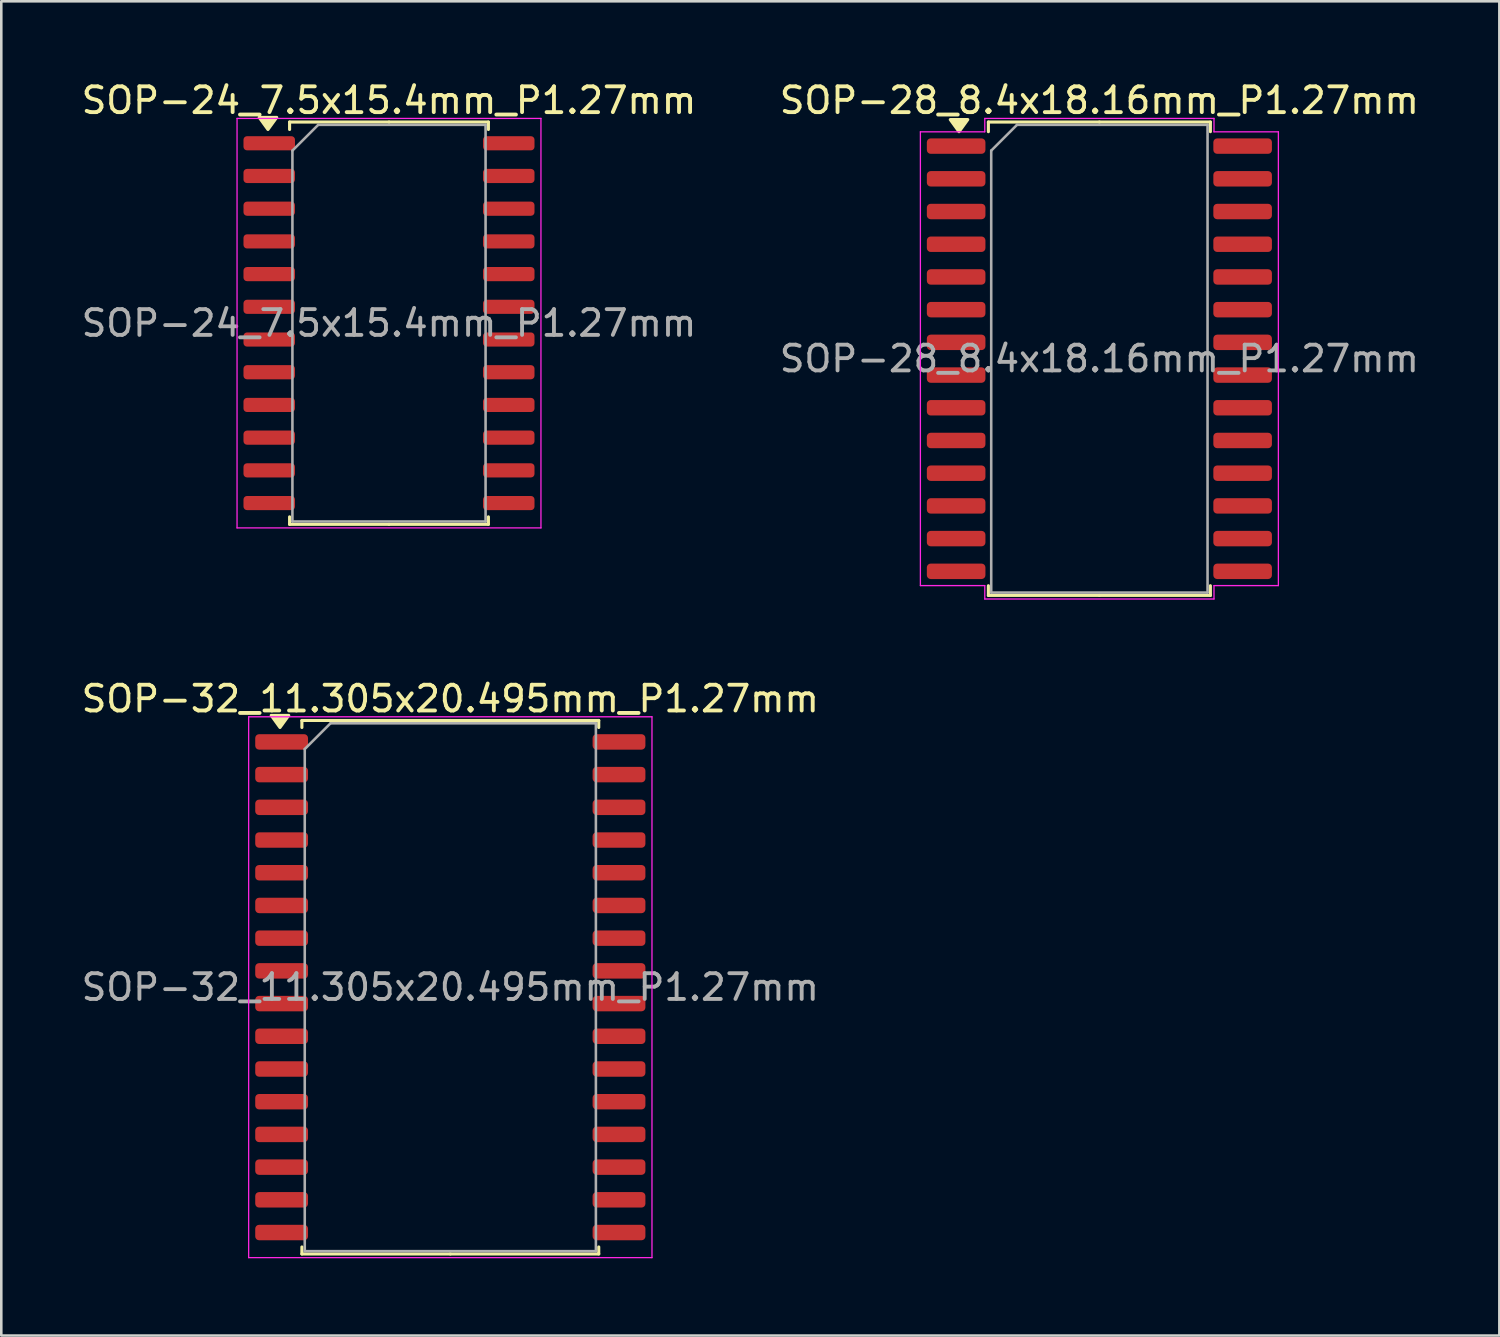
<source format=kicad_pcb>
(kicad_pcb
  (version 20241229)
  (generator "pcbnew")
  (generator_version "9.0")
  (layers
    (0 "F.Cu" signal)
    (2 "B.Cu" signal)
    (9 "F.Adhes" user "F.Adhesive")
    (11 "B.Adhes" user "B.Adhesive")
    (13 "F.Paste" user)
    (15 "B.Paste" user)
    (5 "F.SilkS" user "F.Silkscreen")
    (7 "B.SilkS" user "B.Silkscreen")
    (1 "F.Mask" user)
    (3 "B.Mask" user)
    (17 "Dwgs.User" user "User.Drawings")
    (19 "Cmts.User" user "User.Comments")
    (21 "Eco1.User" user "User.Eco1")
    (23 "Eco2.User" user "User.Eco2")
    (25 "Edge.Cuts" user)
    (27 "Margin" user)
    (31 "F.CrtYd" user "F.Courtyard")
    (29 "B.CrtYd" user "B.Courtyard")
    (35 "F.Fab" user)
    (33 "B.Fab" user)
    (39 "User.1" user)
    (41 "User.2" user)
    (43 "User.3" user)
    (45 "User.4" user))
  (footprint "SOP-24_7.5x15.4mm_P1.27mm"
    (layer "F.Cu")
    (at 12.054 9.498)
    (property "Reference" "SOP-24_7.5x15.4mm_P1.27mm" (at 0 -8.65 0) (layer "F.SilkS") (effects (font (size 1 1) (thickness 0.15))))
    (attr smd)
    (fp_line (start -3.86 -7.81) (end -3.86 -7.52) (stroke (width 0.12) (type solid)) (layer "F.SilkS"))
    (fp_line (start -3.86 7.81) (end -3.86 7.52) (stroke (width 0.12) (type solid)) (layer "F.SilkS"))
    (fp_line (start 0 -7.81) (end -3.86 -7.81) (stroke (width 0.12) (type solid)) (layer "F.SilkS"))
    (fp_line (start 0 -7.81) (end 3.86 -7.81) (stroke (width 0.12) (type solid)) (layer "F.SilkS"))
    (fp_line (start 0 7.81) (end -3.86 7.81) (stroke (width 0.12) (type solid)) (layer "F.SilkS"))
    (fp_line (start 0 7.81) (end 3.86 7.81) (stroke (width 0.12) (type solid)) (layer "F.SilkS"))
    (fp_line (start 3.86 -7.81) (end 3.86 -7.52) (stroke (width 0.12) (type solid)) (layer "F.SilkS"))
    (fp_line (start 3.86 7.81) (end 3.86 7.52) (stroke (width 0.12) (type solid)) (layer "F.SilkS"))
    (fp_poly (pts (xy -4.7 -7.52) (xy -5.04 -7.99) (xy -4.36 -7.99) (xy -4.7 -7.52)) (stroke (width 0.12) (type solid)) (fill yes) (layer "F.SilkS"))
    (fp_line (start -5.9 -7.95) (end -5.9 7.95) (stroke (width 0.05) (type solid)) (layer "F.CrtYd"))
    (fp_line (start -5.9 7.95) (end 5.9 7.95) (stroke (width 0.05) (type solid)) (layer "F.CrtYd"))
    (fp_line (start 5.9 -7.95) (end -5.9 -7.95) (stroke (width 0.05) (type solid)) (layer "F.CrtYd"))
    (fp_line (start 5.9 7.95) (end 5.9 -7.95) (stroke (width 0.05) (type solid)) (layer "F.CrtYd"))
    (fp_line (start -3.75 -6.7) (end -2.75 -7.7) (stroke (width 0.1) (type solid)) (layer "F.Fab"))
    (fp_line (start -3.75 7.7) (end -3.75 -6.7) (stroke (width 0.1) (type solid)) (layer "F.Fab"))
    (fp_line (start -2.75 -7.7) (end 3.75 -7.7) (stroke (width 0.1) (type solid)) (layer "F.Fab"))
    (fp_line (start 3.75 -7.7) (end 3.75 7.7) (stroke (width 0.1) (type solid)) (layer "F.Fab"))
    (fp_line (start 3.75 7.7) (end -3.75 7.7) (stroke (width 0.1) (type solid)) (layer "F.Fab"))
    (fp_text user "${REFERENCE}" (at 0 0 0) (layer "F.Fab") (effects (font (size 1 1) (thickness 0.15))))
    (pad "1" smd roundrect (at -4.65 -6.985) (size 2 0.55) (layers "F.Cu" "F.Mask" "F.Paste") (roundrect_rratio 0.25))
    (pad "2" smd roundrect (at -4.65 -5.715) (size 2 0.55) (layers "F.Cu" "F.Mask" "F.Paste") (roundrect_rratio 0.25))
    (pad "3" smd roundrect (at -4.65 -4.445) (size 2 0.55) (layers "F.Cu" "F.Mask" "F.Paste") (roundrect_rratio 0.25))
    (pad "4" smd roundrect (at -4.65 -3.175) (size 2 0.55) (layers "F.Cu" "F.Mask" "F.Paste") (roundrect_rratio 0.25))
    (pad "5" smd roundrect (at -4.65 -1.905) (size 2 0.55) (layers "F.Cu" "F.Mask" "F.Paste") (roundrect_rratio 0.25))
    (pad "6" smd roundrect (at -4.65 -0.635) (size 2 0.55) (layers "F.Cu" "F.Mask" "F.Paste") (roundrect_rratio 0.25))
    (pad "7" smd roundrect (at -4.65 0.635) (size 2 0.55) (layers "F.Cu" "F.Mask" "F.Paste") (roundrect_rratio 0.25))
    (pad "8" smd roundrect (at -4.65 1.905) (size 2 0.55) (layers "F.Cu" "F.Mask" "F.Paste") (roundrect_rratio 0.25))
    (pad "9" smd roundrect (at -4.65 3.175) (size 2 0.55) (layers "F.Cu" "F.Mask" "F.Paste") (roundrect_rratio 0.25))
    (pad "10" smd roundrect (at -4.65 4.445) (size 2 0.55) (layers "F.Cu" "F.Mask" "F.Paste") (roundrect_rratio 0.25))
    (pad "11" smd roundrect (at -4.65 5.715) (size 2 0.55) (layers "F.Cu" "F.Mask" "F.Paste") (roundrect_rratio 0.25))
    (pad "12" smd roundrect (at -4.65 6.985) (size 2 0.55) (layers "F.Cu" "F.Mask" "F.Paste") (roundrect_rratio 0.25))
    (pad "13" smd roundrect (at 4.65 6.985) (size 2 0.55) (layers "F.Cu" "F.Mask" "F.Paste") (roundrect_rratio 0.25))
    (pad "14" smd roundrect (at 4.65 5.715) (size 2 0.55) (layers "F.Cu" "F.Mask" "F.Paste") (roundrect_rratio 0.25))
    (pad "15" smd roundrect (at 4.65 4.445) (size 2 0.55) (layers "F.Cu" "F.Mask" "F.Paste") (roundrect_rratio 0.25))
    (pad "16" smd roundrect (at 4.65 3.175) (size 2 0.55) (layers "F.Cu" "F.Mask" "F.Paste") (roundrect_rratio 0.25))
    (pad "17" smd roundrect (at 4.65 1.905) (size 2 0.55) (layers "F.Cu" "F.Mask" "F.Paste") (roundrect_rratio 0.25))
    (pad "18" smd roundrect (at 4.65 0.635) (size 2 0.55) (layers "F.Cu" "F.Mask" "F.Paste") (roundrect_rratio 0.25))
    (pad "19" smd roundrect (at 4.65 -0.635) (size 2 0.55) (layers "F.Cu" "F.Mask" "F.Paste") (roundrect_rratio 0.25))
    (pad "20" smd roundrect (at 4.65 -1.905) (size 2 0.55) (layers "F.Cu" "F.Mask" "F.Paste") (roundrect_rratio 0.25))
    (pad "21" smd roundrect (at 4.65 -3.175) (size 2 0.55) (layers "F.Cu" "F.Mask" "F.Paste") (roundrect_rratio 0.25))
    (pad "22" smd roundrect (at 4.65 -4.445) (size 2 0.55) (layers "F.Cu" "F.Mask" "F.Paste") (roundrect_rratio 0.25))
    (pad "23" smd roundrect (at 4.65 -5.715) (size 2 0.55) (layers "F.Cu" "F.Mask" "F.Paste") (roundrect_rratio 0.25))
    (pad "24" smd roundrect (at 4.65 -6.985) (size 2 0.55) (layers "F.Cu" "F.Mask" "F.Paste") (roundrect_rratio 0.25)))
  (footprint "SOP-32_11.305x20.495mm_P1.27mm"
    (layer "F.Cu")
    (at 14.435 35.282)
    (property "Reference" "SOP-32_11.305x20.495mm_P1.27mm" (at 0 -11.2 0) (layer "F.SilkS") (effects (font (size 1 1) (thickness 0.15))))
    (attr smd)
    (fp_line (start -5.763 -10.357) (end -5.763 -10.085) (stroke (width 0.12) (type solid)) (layer "F.SilkS"))
    (fp_line (start -5.763 10.357) (end -5.763 10.085) (stroke (width 0.12) (type solid)) (layer "F.SilkS"))
    (fp_line (start 0 -10.357) (end -5.763 -10.357) (stroke (width 0.12) (type solid)) (layer "F.SilkS"))
    (fp_line (start 0 -10.357) (end 5.763 -10.357) (stroke (width 0.12) (type solid)) (layer "F.SilkS"))
    (fp_line (start 0 10.357) (end -5.763 10.357) (stroke (width 0.12) (type solid)) (layer "F.SilkS"))
    (fp_line (start 0 10.357) (end 5.763 10.357) (stroke (width 0.12) (type solid)) (layer "F.SilkS"))
    (fp_line (start 5.763 -10.357) (end 5.763 -10.085) (stroke (width 0.12) (type solid)) (layer "F.SilkS"))
    (fp_line (start 5.763 10.357) (end 5.763 10.085) (stroke (width 0.12) (type solid)) (layer "F.SilkS"))
    (fp_poly (pts (xy -6.614 -10.085) (xy -6.954 -10.555) (xy -6.274 -10.555) (xy -6.614 -10.085)) (stroke (width 0.12) (type solid)) (fill yes) (layer "F.SilkS"))
    (fp_line (start -7.83 -10.5) (end -7.83 10.5) (stroke (width 0.05) (type solid)) (layer "F.CrtYd"))
    (fp_line (start -7.83 10.5) (end 7.83 10.5) (stroke (width 0.05) (type solid)) (layer "F.CrtYd"))
    (fp_line (start 7.83 -10.5) (end -7.83 -10.5) (stroke (width 0.05) (type solid)) (layer "F.CrtYd"))
    (fp_line (start 7.83 10.5) (end 7.83 -10.5) (stroke (width 0.05) (type solid)) (layer "F.CrtYd"))
    (fp_line (start -5.652 -9.248) (end -4.652 -10.248) (stroke (width 0.1) (type solid)) (layer "F.Fab"))
    (fp_line (start -5.652 10.248) (end -5.652 -9.248) (stroke (width 0.1) (type solid)) (layer "F.Fab"))
    (fp_line (start -4.652 -10.248) (end 5.652 -10.248) (stroke (width 0.1) (type solid)) (layer "F.Fab"))
    (fp_line (start 5.652 -10.248) (end 5.652 10.248) (stroke (width 0.1) (type solid)) (layer "F.Fab"))
    (fp_line (start 5.652 10.248) (end -5.652 10.248) (stroke (width 0.1) (type solid)) (layer "F.Fab"))
    (fp_text user "${REFERENCE}" (at 0 0 0) (layer "F.Fab") (effects (font (size 1 1) (thickness 0.15))))
    (pad "1" smd roundrect (at -6.55 -9.525) (size 2.05 0.6) (layers "F.Cu" "F.Mask" "F.Paste") (roundrect_rratio 0.25))
    (pad "2" smd roundrect (at -6.55 -8.255) (size 2.05 0.6) (layers "F.Cu" "F.Mask" "F.Paste") (roundrect_rratio 0.25))
    (pad "3" smd roundrect (at -6.55 -6.985) (size 2.05 0.6) (layers "F.Cu" "F.Mask" "F.Paste") (roundrect_rratio 0.25))
    (pad "4" smd roundrect (at -6.55 -5.715) (size 2.05 0.6) (layers "F.Cu" "F.Mask" "F.Paste") (roundrect_rratio 0.25))
    (pad "5" smd roundrect (at -6.55 -4.445) (size 2.05 0.6) (layers "F.Cu" "F.Mask" "F.Paste") (roundrect_rratio 0.25))
    (pad "6" smd roundrect (at -6.55 -3.175) (size 2.05 0.6) (layers "F.Cu" "F.Mask" "F.Paste") (roundrect_rratio 0.25))
    (pad "7" smd roundrect (at -6.55 -1.905) (size 2.05 0.6) (layers "F.Cu" "F.Mask" "F.Paste") (roundrect_rratio 0.25))
    (pad "8" smd roundrect (at -6.55 -0.635) (size 2.05 0.6) (layers "F.Cu" "F.Mask" "F.Paste") (roundrect_rratio 0.25))
    (pad "9" smd roundrect (at -6.55 0.635) (size 2.05 0.6) (layers "F.Cu" "F.Mask" "F.Paste") (roundrect_rratio 0.25))
    (pad "10" smd roundrect (at -6.55 1.905) (size 2.05 0.6) (layers "F.Cu" "F.Mask" "F.Paste") (roundrect_rratio 0.25))
    (pad "11" smd roundrect (at -6.55 3.175) (size 2.05 0.6) (layers "F.Cu" "F.Mask" "F.Paste") (roundrect_rratio 0.25))
    (pad "12" smd roundrect (at -6.55 4.445) (size 2.05 0.6) (layers "F.Cu" "F.Mask" "F.Paste") (roundrect_rratio 0.25))
    (pad "13" smd roundrect (at -6.55 5.715) (size 2.05 0.6) (layers "F.Cu" "F.Mask" "F.Paste") (roundrect_rratio 0.25))
    (pad "14" smd roundrect (at -6.55 6.985) (size 2.05 0.6) (layers "F.Cu" "F.Mask" "F.Paste") (roundrect_rratio 0.25))
    (pad "15" smd roundrect (at -6.55 8.255) (size 2.05 0.6) (layers "F.Cu" "F.Mask" "F.Paste") (roundrect_rratio 0.25))
    (pad "16" smd roundrect (at -6.55 9.525) (size 2.05 0.6) (layers "F.Cu" "F.Mask" "F.Paste") (roundrect_rratio 0.25))
    (pad "17" smd roundrect (at 6.55 9.525) (size 2.05 0.6) (layers "F.Cu" "F.Mask" "F.Paste") (roundrect_rratio 0.25))
    (pad "18" smd roundrect (at 6.55 8.255) (size 2.05 0.6) (layers "F.Cu" "F.Mask" "F.Paste") (roundrect_rratio 0.25))
    (pad "19" smd roundrect (at 6.55 6.985) (size 2.05 0.6) (layers "F.Cu" "F.Mask" "F.Paste") (roundrect_rratio 0.25))
    (pad "20" smd roundrect (at 6.55 5.715) (size 2.05 0.6) (layers "F.Cu" "F.Mask" "F.Paste") (roundrect_rratio 0.25))
    (pad "21" smd roundrect (at 6.55 4.445) (size 2.05 0.6) (layers "F.Cu" "F.Mask" "F.Paste") (roundrect_rratio 0.25))
    (pad "22" smd roundrect (at 6.55 3.175) (size 2.05 0.6) (layers "F.Cu" "F.Mask" "F.Paste") (roundrect_rratio 0.25))
    (pad "23" smd roundrect (at 6.55 1.905) (size 2.05 0.6) (layers "F.Cu" "F.Mask" "F.Paste") (roundrect_rratio 0.25))
    (pad "24" smd roundrect (at 6.55 0.635) (size 2.05 0.6) (layers "F.Cu" "F.Mask" "F.Paste") (roundrect_rratio 0.25))
    (pad "25" smd roundrect (at 6.55 -0.635) (size 2.05 0.6) (layers "F.Cu" "F.Mask" "F.Paste") (roundrect_rratio 0.25))
    (pad "26" smd roundrect (at 6.55 -1.905) (size 2.05 0.6) (layers "F.Cu" "F.Mask" "F.Paste") (roundrect_rratio 0.25))
    (pad "27" smd roundrect (at 6.55 -3.175) (size 2.05 0.6) (layers "F.Cu" "F.Mask" "F.Paste") (roundrect_rratio 0.25))
    (pad "28" smd roundrect (at 6.55 -4.445) (size 2.05 0.6) (layers "F.Cu" "F.Mask" "F.Paste") (roundrect_rratio 0.25))
    (pad "29" smd roundrect (at 6.55 -5.715) (size 2.05 0.6) (layers "F.Cu" "F.Mask" "F.Paste") (roundrect_rratio 0.25))
    (pad "30" smd roundrect (at 6.55 -6.985) (size 2.05 0.6) (layers "F.Cu" "F.Mask" "F.Paste") (roundrect_rratio 0.25))
    (pad "31" smd roundrect (at 6.55 -8.255) (size 2.05 0.6) (layers "F.Cu" "F.Mask" "F.Paste") (roundrect_rratio 0.25))
    (pad "32" smd roundrect (at 6.55 -9.525) (size 2.05 0.6) (layers "F.Cu" "F.Mask" "F.Paste") (roundrect_rratio 0.25)))
  (footprint "SOP-28_8.4x18.16mm_P1.27mm"
    (layer "F.Cu")
    (at 39.637 10.878)
    (property "Reference" "SOP-28_8.4x18.16mm_P1.27mm" (at 0 -10.03 0) (layer "F.SilkS") (effects (font (size 1 1) (thickness 0.15))))
    (attr smd)
    (fp_line (start -4.31 -9.19) (end -4.31 -8.815) (stroke (width 0.12) (type solid)) (layer "F.SilkS"))
    (fp_line (start -4.31 9.19) (end -4.31 8.815) (stroke (width 0.12) (type solid)) (layer "F.SilkS"))
    (fp_line (start 0 -9.19) (end -4.31 -9.19) (stroke (width 0.12) (type solid)) (layer "F.SilkS"))
    (fp_line (start 0 -9.19) (end 4.31 -9.19) (stroke (width 0.12) (type solid)) (layer "F.SilkS"))
    (fp_line (start 0 9.19) (end -4.31 9.19) (stroke (width 0.12) (type solid)) (layer "F.SilkS"))
    (fp_line (start 0 9.19) (end 4.31 9.19) (stroke (width 0.12) (type solid)) (layer "F.SilkS"))
    (fp_line (start 4.31 -9.19) (end 4.31 -8.815) (stroke (width 0.12) (type solid)) (layer "F.SilkS"))
    (fp_line (start 4.31 9.19) (end 4.31 8.815) (stroke (width 0.12) (type solid)) (layer "F.SilkS"))
    (fp_poly (pts (xy -5.45 -8.815) (xy -5.79 -9.285) (xy -5.11 -9.285)) (stroke (width 0.12) (type solid)) (fill yes) (layer "F.SilkS"))
    (fp_line (start -6.95 -8.81) (end -4.45 -8.81) (stroke (width 0.05) (type solid)) (layer "F.CrtYd"))
    (fp_line (start -6.95 8.81) (end -6.95 -8.81) (stroke (width 0.05) (type solid)) (layer "F.CrtYd"))
    (fp_line (start -4.45 -9.33) (end 4.45 -9.33) (stroke (width 0.05) (type solid)) (layer "F.CrtYd"))
    (fp_line (start -4.45 -8.81) (end -4.45 -9.33) (stroke (width 0.05) (type solid)) (layer "F.CrtYd"))
    (fp_line (start -4.45 8.81) (end -6.95 8.81) (stroke (width 0.05) (type solid)) (layer "F.CrtYd"))
    (fp_line (start -4.45 9.33) (end -4.45 8.81) (stroke (width 0.05) (type solid)) (layer "F.CrtYd"))
    (fp_line (start 4.45 -9.33) (end 4.45 -8.81) (stroke (width 0.05) (type solid)) (layer "F.CrtYd"))
    (fp_line (start 4.45 -8.81) (end 6.95 -8.81) (stroke (width 0.05) (type solid)) (layer "F.CrtYd"))
    (fp_line (start 4.45 8.81) (end 4.45 9.33) (stroke (width 0.05) (type solid)) (layer "F.CrtYd"))
    (fp_line (start 4.45 9.33) (end -4.45 9.33) (stroke (width 0.05) (type solid)) (layer "F.CrtYd"))
    (fp_line (start 6.95 -8.81) (end 6.95 8.81) (stroke (width 0.05) (type solid)) (layer "F.CrtYd"))
    (fp_line (start 6.95 8.81) (end 4.45 8.81) (stroke (width 0.05) (type solid)) (layer "F.CrtYd"))
    (fp_line (start -4.2 -8.08) (end -3.2 -9.08) (stroke (width 0.1) (type solid)) (layer "F.Fab"))
    (fp_line (start -4.2 9.08) (end -4.2 -8.08) (stroke (width 0.1) (type solid)) (layer "F.Fab"))
    (fp_line (start -3.2 -9.08) (end 4.2 -9.08) (stroke (width 0.1) (type solid)) (layer "F.Fab"))
    (fp_line (start 4.2 -9.08) (end 4.2 9.08) (stroke (width 0.1) (type solid)) (layer "F.Fab"))
    (fp_line (start 4.2 9.08) (end -4.2 9.08) (stroke (width 0.1) (type solid)) (layer "F.Fab"))
    (fp_text user "${REFERENCE}" (at 0 0 0) (layer "F.Fab") (effects (font (size 1 1) (thickness 0.15))))
    (pad "1" smd roundrect (at -5.562 -8.255) (size 2.275 0.6) (layers "F.Cu" "F.Mask" "F.Paste") (roundrect_rratio 0.25))
    (pad "2" smd roundrect (at -5.562 -6.985) (size 2.275 0.6) (layers "F.Cu" "F.Mask" "F.Paste") (roundrect_rratio 0.25))
    (pad "3" smd roundrect (at -5.562 -5.715) (size 2.275 0.6) (layers "F.Cu" "F.Mask" "F.Paste") (roundrect_rratio 0.25))
    (pad "4" smd roundrect (at -5.562 -4.445) (size 2.275 0.6) (layers "F.Cu" "F.Mask" "F.Paste") (roundrect_rratio 0.25))
    (pad "5" smd roundrect (at -5.562 -3.175) (size 2.275 0.6) (layers "F.Cu" "F.Mask" "F.Paste") (roundrect_rratio 0.25))
    (pad "6" smd roundrect (at -5.562 -1.905) (size 2.275 0.6) (layers "F.Cu" "F.Mask" "F.Paste") (roundrect_rratio 0.25))
    (pad "7" smd roundrect (at -5.562 -0.635) (size 2.275 0.6) (layers "F.Cu" "F.Mask" "F.Paste") (roundrect_rratio 0.25))
    (pad "8" smd roundrect (at -5.562 0.635) (size 2.275 0.6) (layers "F.Cu" "F.Mask" "F.Paste") (roundrect_rratio 0.25))
    (pad "9" smd roundrect (at -5.562 1.905) (size 2.275 0.6) (layers "F.Cu" "F.Mask" "F.Paste") (roundrect_rratio 0.25))
    (pad "10" smd roundrect (at -5.562 3.175) (size 2.275 0.6) (layers "F.Cu" "F.Mask" "F.Paste") (roundrect_rratio 0.25))
    (pad "11" smd roundrect (at -5.562 4.445) (size 2.275 0.6) (layers "F.Cu" "F.Mask" "F.Paste") (roundrect_rratio 0.25))
    (pad "12" smd roundrect (at -5.562 5.715) (size 2.275 0.6) (layers "F.Cu" "F.Mask" "F.Paste") (roundrect_rratio 0.25))
    (pad "13" smd roundrect (at -5.562 6.985) (size 2.275 0.6) (layers "F.Cu" "F.Mask" "F.Paste") (roundrect_rratio 0.25))
    (pad "14" smd roundrect (at -5.562 8.255) (size 2.275 0.6) (layers "F.Cu" "F.Mask" "F.Paste") (roundrect_rratio 0.25))
    (pad "15" smd roundrect (at 5.562 8.255) (size 2.275 0.6) (layers "F.Cu" "F.Mask" "F.Paste") (roundrect_rratio 0.25))
    (pad "16" smd roundrect (at 5.562 6.985) (size 2.275 0.6) (layers "F.Cu" "F.Mask" "F.Paste") (roundrect_rratio 0.25))
    (pad "17" smd roundrect (at 5.562 5.715) (size 2.275 0.6) (layers "F.Cu" "F.Mask" "F.Paste") (roundrect_rratio 0.25))
    (pad "18" smd roundrect (at 5.562 4.445) (size 2.275 0.6) (layers "F.Cu" "F.Mask" "F.Paste") (roundrect_rratio 0.25))
    (pad "19" smd roundrect (at 5.562 3.175) (size 2.275 0.6) (layers "F.Cu" "F.Mask" "F.Paste") (roundrect_rratio 0.25))
    (pad "20" smd roundrect (at 5.562 1.905) (size 2.275 0.6) (layers "F.Cu" "F.Mask" "F.Paste") (roundrect_rratio 0.25))
    (pad "21" smd roundrect (at 5.562 0.635) (size 2.275 0.6) (layers "F.Cu" "F.Mask" "F.Paste") (roundrect_rratio 0.25))
    (pad "22" smd roundrect (at 5.562 -0.635) (size 2.275 0.6) (layers "F.Cu" "F.Mask" "F.Paste") (roundrect_rratio 0.25))
    (pad "23" smd roundrect (at 5.562 -1.905) (size 2.275 0.6) (layers "F.Cu" "F.Mask" "F.Paste") (roundrect_rratio 0.25))
    (pad "24" smd roundrect (at 5.562 -3.175) (size 2.275 0.6) (layers "F.Cu" "F.Mask" "F.Paste") (roundrect_rratio 0.25))
    (pad "25" smd roundrect (at 5.562 -4.445) (size 2.275 0.6) (layers "F.Cu" "F.Mask" "F.Paste") (roundrect_rratio 0.25))
    (pad "26" smd roundrect (at 5.562 -5.715) (size 2.275 0.6) (layers "F.Cu" "F.Mask" "F.Paste") (roundrect_rratio 0.25))
    (pad "27" smd roundrect (at 5.562 -6.985) (size 2.275 0.6) (layers "F.Cu" "F.Mask" "F.Paste") (roundrect_rratio 0.25))
    (pad "28" smd roundrect (at 5.562 -8.255) (size 2.275 0.6) (layers "F.Cu" "F.Mask" "F.Paste") (roundrect_rratio 0.25)))
  (gr_rect
    (start -3 -3)
    (end 55.167 48.806)
    (stroke (width 0.1) (type default))
    (fill no)
    (layer "Edge.Cuts")))
</source>
